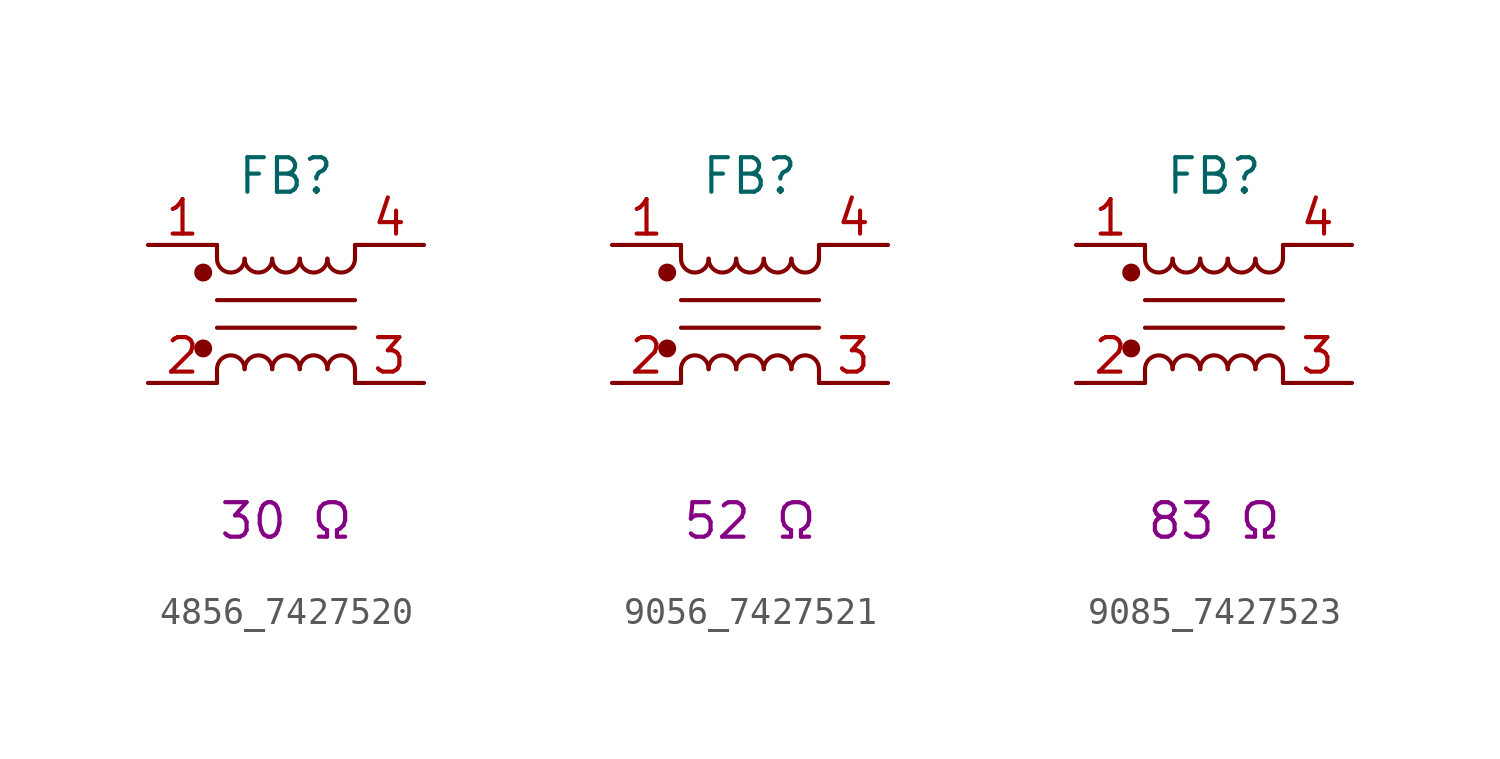
<source format=kicad_sym>
(kicad_symbol_lib
  (version 20220914)
  (generator kicad_symbol_editor)
  (symbol "4856_7427520"
    (pin_names hide)
    (property "Reference" "FB"
      (at 0 5.08 0)
      (effects (font (size 1.27 1.27))))
    (property "Critical Parameter" "30 Ω"
      (at 0 -7.62 0)
      (effects (font (size 1.27 1.27))))
    (symbol "4856_7427520_0_1"
      (circle (center -3.048 -1.27) (radius 0.254) (stroke (width 0) (type default)) (fill (type outline)))
      (circle (center -3.048 1.524) (radius 0.254) (stroke (width 0) (type default)) (fill (type outline)))
      (arc (start -2.54 2.032) (mid -2.032 1.5262) (end -1.524 2.032) (stroke (width 0) (type default)) (fill (type none)))
      (arc (start -1.524 -2.032) (mid -2.032 -1.5262) (end -2.54 -2.032) (stroke (width 0) (type default)) (fill (type none)))
      (arc (start -1.524 2.032) (mid -1.016 1.5262) (end -0.508 2.032) (stroke (width 0) (type default)) (fill (type none)))
      (arc (start -0.508 -2.032) (mid -1.016 -1.5262) (end -1.524 -2.032) (stroke (width 0) (type default)) (fill (type none)))
      (arc (start -0.508 2.032) (mid 0 1.5262) (end 0.508 2.032) (stroke (width 0) (type default)) (fill (type none)))
      (polyline (pts (xy -2.54 -2.032) (xy -2.54 -2.54)) (stroke (width 0) (type default)) (fill (type none)))
      (polyline (pts (xy -2.54 0.508) (xy 2.54 0.508)) (stroke (width 0) (type default)) (fill (type none)))
      (polyline (pts (xy -2.54 2.032) (xy -2.54 2.54)) (stroke (width 0) (type default)) (fill (type none)))
      (polyline (pts (xy 2.54 -2.032) (xy 2.54 -2.54)) (stroke (width 0) (type default)) (fill (type none)))
      (polyline (pts (xy 2.54 -0.508) (xy -2.54 -0.508)) (stroke (width 0) (type default)) (fill (type none)))
      (polyline (pts (xy 2.54 2.54) (xy 2.54 2.032)) (stroke (width 0) (type default)) (fill (type none)))
      (arc (start 0.508 -2.032) (mid 0 -1.5262) (end -0.508 -2.032) (stroke (width 0) (type default)) (fill (type none)))
      (arc (start 0.508 2.032) (mid 1.016 1.5262) (end 1.524 2.032) (stroke (width 0) (type default)) (fill (type none)))
      (arc (start 1.524 -2.032) (mid 1.016 -1.5262) (end 0.508 -2.032) (stroke (width 0) (type default)) (fill (type none)))
      (arc (start 1.524 2.032) (mid 2.032 1.5262) (end 2.54 2.032) (stroke (width 0) (type default)) (fill (type none)))
      (arc (start 2.54 -2.032) (mid 2.032 -1.5262) (end 1.524 -2.032) (stroke (width 0) (type default)) (fill (type none))))
    (symbol "4856_7427520_1_1"
      (pin passive line (at -5.08 2.54 0) (length 2.54) (name "1" (effects (font (size 1.27 1.27)))) (number "1" (effects (font (size 1.27 1.27)))))
      (pin passive line (at -5.08 -2.54 0) (length 2.54) (name "2" (effects (font (size 1.27 1.27)))) (number "2" (effects (font (size 1.27 1.27)))))
      (pin passive line (at 5.08 -2.54 180) (length 2.54) (name "3" (effects (font (size 1.27 1.27)))) (number "3" (effects (font (size 1.27 1.27)))))
      (pin passive line (at 5.08 2.54 180) (length 2.54) (name "4" (effects (font (size 1.27 1.27)))) (number "4" (effects (font (size 1.27 1.27)))))))
  (symbol "9056_7427521"
    (pin_names hide)
    (property "Reference" "FB"
      (at 0 5.08 0)
      (effects (font (size 1.27 1.27))))
    (property "Critical Parameter" "52 Ω"
      (at 0 -7.62 0)
      (effects (font (size 1.27 1.27))))
    (symbol "9056_7427521_0_1"
      (circle (center -3.048 -1.27) (radius 0.254) (stroke (width 0) (type default)) (fill (type outline)))
      (circle (center -3.048 1.524) (radius 0.254) (stroke (width 0) (type default)) (fill (type outline)))
      (arc (start -2.54 2.032) (mid -2.032 1.5262) (end -1.524 2.032) (stroke (width 0) (type default)) (fill (type none)))
      (arc (start -1.524 -2.032) (mid -2.032 -1.5262) (end -2.54 -2.032) (stroke (width 0) (type default)) (fill (type none)))
      (arc (start -1.524 2.032) (mid -1.016 1.5262) (end -0.508 2.032) (stroke (width 0) (type default)) (fill (type none)))
      (arc (start -0.508 -2.032) (mid -1.016 -1.5262) (end -1.524 -2.032) (stroke (width 0) (type default)) (fill (type none)))
      (arc (start -0.508 2.032) (mid 0 1.5262) (end 0.508 2.032) (stroke (width 0) (type default)) (fill (type none)))
      (polyline (pts (xy -2.54 -2.032) (xy -2.54 -2.54)) (stroke (width 0) (type default)) (fill (type none)))
      (polyline (pts (xy -2.54 0.508) (xy 2.54 0.508)) (stroke (width 0) (type default)) (fill (type none)))
      (polyline (pts (xy -2.54 2.032) (xy -2.54 2.54)) (stroke (width 0) (type default)) (fill (type none)))
      (polyline (pts (xy 2.54 -2.032) (xy 2.54 -2.54)) (stroke (width 0) (type default)) (fill (type none)))
      (polyline (pts (xy 2.54 -0.508) (xy -2.54 -0.508)) (stroke (width 0) (type default)) (fill (type none)))
      (polyline (pts (xy 2.54 2.54) (xy 2.54 2.032)) (stroke (width 0) (type default)) (fill (type none)))
      (arc (start 0.508 -2.032) (mid 0 -1.5262) (end -0.508 -2.032) (stroke (width 0) (type default)) (fill (type none)))
      (arc (start 0.508 2.032) (mid 1.016 1.5262) (end 1.524 2.032) (stroke (width 0) (type default)) (fill (type none)))
      (arc (start 1.524 -2.032) (mid 1.016 -1.5262) (end 0.508 -2.032) (stroke (width 0) (type default)) (fill (type none)))
      (arc (start 1.524 2.032) (mid 2.032 1.5262) (end 2.54 2.032) (stroke (width 0) (type default)) (fill (type none)))
      (arc (start 2.54 -2.032) (mid 2.032 -1.5262) (end 1.524 -2.032) (stroke (width 0) (type default)) (fill (type none))))
    (symbol "9056_7427521_1_1"
      (pin passive line (at -5.08 2.54 0) (length 2.54) (name "1" (effects (font (size 1.27 1.27)))) (number "1" (effects (font (size 1.27 1.27)))))
      (pin passive line (at -5.08 -2.54 0) (length 2.54) (name "2" (effects (font (size 1.27 1.27)))) (number "2" (effects (font (size 1.27 1.27)))))
      (pin passive line (at 5.08 -2.54 180) (length 2.54) (name "3" (effects (font (size 1.27 1.27)))) (number "3" (effects (font (size 1.27 1.27)))))
      (pin passive line (at 5.08 2.54 180) (length 2.54) (name "4" (effects (font (size 1.27 1.27)))) (number "4" (effects (font (size 1.27 1.27)))))))
  (symbol "9085_7427523"
    (pin_names hide)
    (property "Reference" "FB"
      (at 0 5.08 0)
      (effects (font (size 1.27 1.27))))
    (property "Critical Parameter" "83 Ω"
      (at 0 -7.62 0)
      (effects (font (size 1.27 1.27))))
    (symbol "9085_7427523_0_1"
      (circle (center -3.048 -1.27) (radius 0.254) (stroke (width 0) (type default)) (fill (type outline)))
      (circle (center -3.048 1.524) (radius 0.254) (stroke (width 0) (type default)) (fill (type outline)))
      (arc (start -2.54 2.032) (mid -2.032 1.5262) (end -1.524 2.032) (stroke (width 0) (type default)) (fill (type none)))
      (arc (start -1.524 -2.032) (mid -2.032 -1.5262) (end -2.54 -2.032) (stroke (width 0) (type default)) (fill (type none)))
      (arc (start -1.524 2.032) (mid -1.016 1.5262) (end -0.508 2.032) (stroke (width 0) (type default)) (fill (type none)))
      (arc (start -0.508 -2.032) (mid -1.016 -1.5262) (end -1.524 -2.032) (stroke (width 0) (type default)) (fill (type none)))
      (arc (start -0.508 2.032) (mid 0 1.5262) (end 0.508 2.032) (stroke (width 0) (type default)) (fill (type none)))
      (polyline (pts (xy -2.54 -2.032) (xy -2.54 -2.54)) (stroke (width 0) (type default)) (fill (type none)))
      (polyline (pts (xy -2.54 0.508) (xy 2.54 0.508)) (stroke (width 0) (type default)) (fill (type none)))
      (polyline (pts (xy -2.54 2.032) (xy -2.54 2.54)) (stroke (width 0) (type default)) (fill (type none)))
      (polyline (pts (xy 2.54 -2.032) (xy 2.54 -2.54)) (stroke (width 0) (type default)) (fill (type none)))
      (polyline (pts (xy 2.54 -0.508) (xy -2.54 -0.508)) (stroke (width 0) (type default)) (fill (type none)))
      (polyline (pts (xy 2.54 2.54) (xy 2.54 2.032)) (stroke (width 0) (type default)) (fill (type none)))
      (arc (start 0.508 -2.032) (mid 0 -1.5262) (end -0.508 -2.032) (stroke (width 0) (type default)) (fill (type none)))
      (arc (start 0.508 2.032) (mid 1.016 1.5262) (end 1.524 2.032) (stroke (width 0) (type default)) (fill (type none)))
      (arc (start 1.524 -2.032) (mid 1.016 -1.5262) (end 0.508 -2.032) (stroke (width 0) (type default)) (fill (type none)))
      (arc (start 1.524 2.032) (mid 2.032 1.5262) (end 2.54 2.032) (stroke (width 0) (type default)) (fill (type none)))
      (arc (start 2.54 -2.032) (mid 2.032 -1.5262) (end 1.524 -2.032) (stroke (width 0) (type default)) (fill (type none))))
    (symbol "9085_7427523_1_1"
      (pin passive line (at -5.08 2.54 0) (length 2.54) (name "1" (effects (font (size 1.27 1.27)))) (number "1" (effects (font (size 1.27 1.27)))))
      (pin passive line (at -5.08 -2.54 0) (length 2.54) (name "2" (effects (font (size 1.27 1.27)))) (number "2" (effects (font (size 1.27 1.27)))))
      (pin passive line (at 5.08 -2.54 180) (length 2.54) (name "3" (effects (font (size 1.27 1.27)))) (number "3" (effects (font (size 1.27 1.27)))))
      (pin passive line (at 5.08 2.54 180) (length 2.54) (name "4" (effects (font (size 1.27 1.27)))) (number "4" (effects (font (size 1.27 1.27))))))))
</source>
